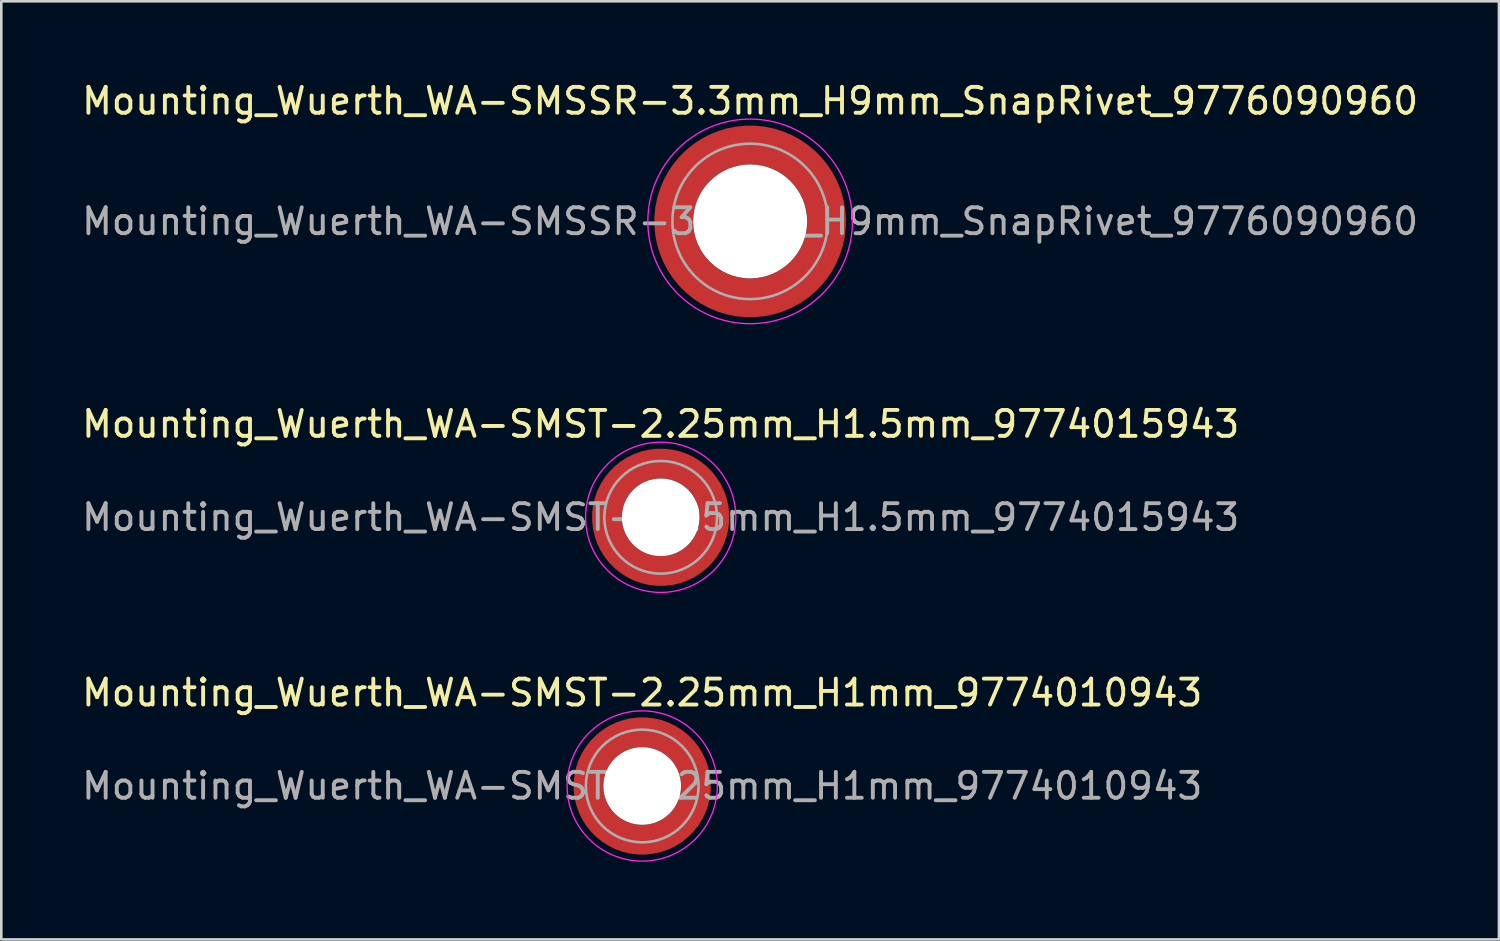
<source format=kicad_pcb>
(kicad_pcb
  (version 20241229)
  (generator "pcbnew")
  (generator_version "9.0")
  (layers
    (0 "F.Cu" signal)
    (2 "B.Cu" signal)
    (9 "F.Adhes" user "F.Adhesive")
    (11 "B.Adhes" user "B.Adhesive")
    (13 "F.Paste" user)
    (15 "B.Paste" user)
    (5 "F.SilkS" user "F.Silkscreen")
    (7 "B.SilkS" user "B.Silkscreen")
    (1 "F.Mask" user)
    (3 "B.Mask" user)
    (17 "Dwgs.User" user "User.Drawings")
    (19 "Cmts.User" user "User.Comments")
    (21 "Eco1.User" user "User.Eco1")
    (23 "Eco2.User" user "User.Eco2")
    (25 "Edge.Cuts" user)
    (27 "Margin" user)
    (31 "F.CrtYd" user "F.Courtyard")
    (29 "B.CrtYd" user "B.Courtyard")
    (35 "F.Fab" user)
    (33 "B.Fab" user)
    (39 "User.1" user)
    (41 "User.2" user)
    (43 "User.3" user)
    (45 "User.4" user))
  (footprint "Mounting_Wuerth_WA-SMSSR-3.3mm_H9mm_SnapRivet_9776090960"
    (layer "F.Cu")
    (at 25.911 5.498)
    (property "Reference" "Mounting_Wuerth_WA-SMSSR-3.3mm_H9mm_SnapRivet_9776090960" (at 0 -4.65 0) (layer "F.SilkS") (effects (font (size 1 1) (thickness 0.15))))
    (attr smd allow_soldermask_bridges)
    (fp_circle (center 0 0) (end 3.95 0) (stroke (width 0.05) (type solid)) (fill no) (layer "F.CrtYd"))
    (fp_circle (center 0 0) (end 3 0) (stroke (width 0.1) (type solid)) (fill no) (layer "F.Fab"))
    (fp_text user "${REFERENCE}" (at 0 0 0) (layer "F.Fab") (effects (font (size 1 1) (thickness 0.15))))
    (pad "" smd custom (at -2.077 -2.077) (size 0.698 0.698) (layers "F.Paste") (options (anchor circle)) (primitives (gr_arc (start -0.208831 1.577126) (mid 0.422496 0.422496) (end 1.577126 -0.208831) (width 0.2)) (gr_arc (start -0.310669 1.577126) (mid 0.35208 0.35208) (end 1.577126 -0.310669) (width 0.2)) (gr_arc (start -0.412325 1.577126) (mid 0.281664 0.281664) (end 1.577126 -0.412325) (width 0.2)) (gr_arc (start -0.51382 1.577126) (mid 0.211248 0.211248) (end 1.577126 -0.51382) (width 0.2)) (gr_arc (start -0.615172 1.577126) (mid 0.140832 0.140832) (end 1.577126 -0.615172) (width 0.2)) (gr_arc (start -0.716397 1.577126) (mid 0.070416 0.070416) (end 1.577126 -0.716397) (width 0.2)) (gr_arc (start -0.817508 1.577126) (mid 0 0) (end 1.577126 -0.817508) (width 0.2)) (gr_arc (start -0.918517 1.577126) (mid -0.070416 -0.070416) (end 1.577126 -0.918517) (width 0.2)) (gr_arc (start -1.019433 1.577126) (mid -0.140832 -0.140832) (end 1.577126 -1.019433) (width 0.2)) (gr_arc (start -1.120266 1.577126) (mid -0.211248 -0.211248) (end 1.577126 -1.120266) (width 0.2)) (gr_arc (start -1.221022 1.577126) (mid -0.281664 -0.281664) (end 1.577126 -1.221022) (width 0.2)) (gr_arc (start -1.32171 1.577126) (mid -0.35208 -0.35208) (end 1.577126 -1.32171) (width 0.2)) (gr_arc (start -1.422335 1.577126) (mid -0.422496 -0.422496) (end 1.577126 -1.422335) (width 0.2)) (gr_line (start 1.577 -0.209) (end 1.577 -1.422) (width 0.2)) (gr_line (start -0.209 1.577) (end -1.422 1.577) (width 0.2))))
    (pad "" smd custom (at -2.077 2.077) (size 0.698 0.698) (layers "F.Paste") (options (anchor circle)) (primitives (gr_arc (start 1.577126 0.208831) (mid 0.422496 -0.422496) (end -0.208831 -1.577126) (width 0.2)) (gr_arc (start 1.577126 0.310669) (mid 0.35208 -0.35208) (end -0.310669 -1.577126) (width 0.2)) (gr_arc (start 1.577126 0.412325) (mid 0.281664 -0.281664) (end -0.412325 -1.577126) (width 0.2)) (gr_arc (start 1.577126 0.51382) (mid 0.211248 -0.211248) (end -0.51382 -1.577126) (width 0.2)) (gr_arc (start 1.577126 0.615172) (mid 0.140832 -0.140832) (end -0.615172 -1.577126) (width 0.2)) (gr_arc (start 1.577126 0.716397) (mid 0.070416 -0.070416) (end -0.716397 -1.577126) (width 0.2)) (gr_arc (start 1.577126 0.817508) (mid 0 0) (end -0.817508 -1.577126) (width 0.2)) (gr_arc (start 1.577126 0.918517) (mid -0.070416 0.070416) (end -0.918517 -1.577126) (width 0.2)) (gr_arc (start 1.577126 1.019433) (mid -0.140832 0.140832) (end -1.019433 -1.577126) (width 0.2)) (gr_arc (start 1.577126 1.120266) (mid -0.211248 0.211248) (end -1.120266 -1.577126) (width 0.2)) (gr_arc (start 1.577126 1.221022) (mid -0.281664 0.281664) (end -1.221022 -1.577126) (width 0.2)) (gr_arc (start 1.577126 1.32171) (mid -0.35208 0.35208) (end -1.32171 -1.577126) (width 0.2)) (gr_arc (start 1.577126 1.422335) (mid -0.422496 0.422496) (end -1.422335 -1.577126) (width 0.2)) (gr_line (start -0.209 -1.577) (end -1.422 -1.577) (width 0.2)) (gr_line (start 1.577 0.209) (end 1.577 1.422) (width 0.2))))
    (pad "" np_thru_hole circle (at 0 0) (size 4.4 4.4) (drill 4.4) (layers "*.Cu" "*.Mask"))
    (pad "" smd custom (at 2.077 -2.077) (size 0.698 0.698) (layers "F.Paste") (options (anchor circle)) (primitives (gr_arc (start -1.577126 -0.208831) (mid -0.422496 0.422496) (end 0.208831 1.577126) (width 0.2)) (gr_arc (start -1.577126 -0.310669) (mid -0.35208 0.35208) (end 0.310669 1.577126) (width 0.2)) (gr_arc (start -1.577126 -0.412325) (mid -0.281664 0.281664) (end 0.412325 1.577126) (width 0.2)) (gr_arc (start -1.577126 -0.51382) (mid -0.211248 0.211248) (end 0.51382 1.577126) (width 0.2)) (gr_arc (start -1.577126 -0.615172) (mid -0.140832 0.140832) (end 0.615172 1.577126) (width 0.2)) (gr_arc (start -1.577126 -0.716397) (mid -0.070416 0.070416) (end 0.716397 1.577126) (width 0.2)) (gr_arc (start -1.577126 -0.817508) (mid 0 0) (end 0.817508 1.577126) (width 0.2)) (gr_arc (start -1.577126 -0.918517) (mid 0.070416 -0.070416) (end 0.918517 1.577126) (width 0.2)) (gr_arc (start -1.577126 -1.019433) (mid 0.140832 -0.140832) (end 1.019433 1.577126) (width 0.2)) (gr_arc (start -1.577126 -1.120266) (mid 0.211248 -0.211248) (end 1.120266 1.577126) (width 0.2)) (gr_arc (start -1.577126 -1.221022) (mid 0.281664 -0.281664) (end 1.221022 1.577126) (width 0.2)) (gr_arc (start -1.577126 -1.32171) (mid 0.35208 -0.35208) (end 1.32171 1.577126) (width 0.2)) (gr_arc (start -1.577126 -1.422335) (mid 0.422496 -0.422496) (end 1.422335 1.577126) (width 0.2)) (gr_line (start 0.209 1.577) (end 1.422 1.577) (width 0.2)) (gr_line (start -1.577 -0.209) (end -1.577 -1.422) (width 0.2))))
    (pad "" smd custom (at 2.077 2.077) (size 0.698 0.698) (layers "F.Paste") (options (anchor circle)) (primitives (gr_arc (start 0.208831 -1.577126) (mid -0.422496 -0.422496) (end -1.577126 0.208831) (width 0.2)) (gr_arc (start 0.310669 -1.577126) (mid -0.35208 -0.35208) (end -1.577126 0.310669) (width 0.2)) (gr_arc (start 0.412325 -1.577126) (mid -0.281664 -0.281664) (end -1.577126 0.412325) (width 0.2)) (gr_arc (start 0.51382 -1.577126) (mid -0.211248 -0.211248) (end -1.577126 0.51382) (width 0.2)) (gr_arc (start 0.615172 -1.577126) (mid -0.140832 -0.140832) (end -1.577126 0.615172) (width 0.2)) (gr_arc (start 0.716397 -1.577126) (mid -0.070416 -0.070416) (end -1.577126 0.716397) (width 0.2)) (gr_arc (start 0.817508 -1.577126) (mid 0 0) (end -1.577126 0.817508) (width 0.2)) (gr_arc (start 0.918517 -1.577126) (mid 0.070416 0.070416) (end -1.577126 0.918517) (width 0.2)) (gr_arc (start 1.019433 -1.577126) (mid 0.140832 0.140832) (end -1.577126 1.019433) (width 0.2)) (gr_arc (start 1.120266 -1.577126) (mid 0.211248 0.211248) (end -1.577126 1.120266) (width 0.2)) (gr_arc (start 1.221022 -1.577126) (mid 0.281664 0.281664) (end -1.577126 1.221022) (width 0.2)) (gr_arc (start 1.32171 -1.577126) (mid 0.35208 0.35208) (end -1.577126 1.32171) (width 0.2)) (gr_arc (start 1.422335 -1.577126) (mid 0.422496 0.422496) (end -1.577126 1.422335) (width 0.2)) (gr_line (start -1.577 0.209) (end -1.577 1.422) (width 0.2)) (gr_line (start 0.209 -1.577) (end 1.422 -1.577) (width 0.2))))
    (pad "1" smd circle (at -2.95 0) (size 0.992 0.992) (layers "F.Cu"))
    (pad "1" smd circle (at 0 -2.95) (size 0.992 0.992) (layers "F.Cu"))
    (pad "1" smd circle (at 0 2.95) (size 0.992 0.992) (layers "F.Cu"))
    (pad "1" smd custom (at 2.95 0) (size 1.5 1.5) (layers "F.Cu" "F.Mask") (options (anchor circle)) (primitives (gr_circle (center -2.95 0) (end 0 0) (width 1.5) (fill no)))))
  (footprint "Mounting_Wuerth_WA-SMST-2.25mm_H1mm_9774010943"
    (layer "F.Cu")
    (at 21.744 27.295)
    (property "Reference" "Mounting_Wuerth_WA-SMST-2.25mm_H1mm_9774010943" (at 0 -3.6 0) (layer "F.SilkS") (effects (font (size 1 1) (thickness 0.15))))
    (attr smd allow_soldermask_bridges)
    (fp_circle (center 0 0) (end 2.9 0) (stroke (width 0.05) (type solid)) (fill no) (layer "F.CrtYd"))
    (fp_circle (center 0 0) (end 2.175 0) (stroke (width 0.1) (type solid)) (fill no) (layer "F.Fab"))
    (fp_text user "${REFERENCE}" (at 0 0 0) (layer "F.Fab") (effects (font (size 1 1) (thickness 0.15))))
    (pad "" smd custom (at -1.453 -1.453) (size 0.505 0.505) (layers "F.Paste") (options (anchor circle)) (primitives (gr_arc (start -0.147677 1.053104) (mid 0.286378 0.286378) (end 1.053104 -0.147677) (width 0.2)) (gr_arc (start -0.240295 1.053104) (mid 0.222739 0.222739) (end 1.053104 -0.240295) (width 0.2)) (gr_arc (start -0.332645 1.053104) (mid 0.159099 0.159099) (end 1.053104 -0.332645) (width 0.2)) (gr_arc (start -0.424767 1.053104) (mid 0.095459 0.095459) (end 1.053104 -0.424767) (width 0.2)) (gr_arc (start -0.516693 1.053104) (mid 0.03182 0.03182) (end 1.053104 -0.516693) (width 0.2)) (gr_arc (start -0.608448 1.053104) (mid -0.03182 -0.03182) (end 1.053104 -0.608448) (width 0.2)) (gr_arc (start -0.700056 1.053104) (mid -0.095459 -0.095459) (end 1.053104 -0.700056) (width 0.2)) (gr_arc (start -0.791534 1.053104) (mid -0.159099 -0.159099) (end 1.053104 -0.791534) (width 0.2)) (gr_arc (start -0.882896 1.053104) (mid -0.222739 -0.222739) (end 1.053104 -0.882896) (width 0.2)) (gr_arc (start -0.974157 1.053104) (mid -0.286378 -0.286378) (end 1.053104 -0.974157) (width 0.2)) (gr_line (start 1.053 -0.148) (end 1.053 -0.974) (width 0.2)) (gr_line (start -0.148 1.053) (end -0.974 1.053) (width 0.2))))
    (pad "" smd custom (at -1.453 1.453) (size 0.505 0.505) (layers "F.Paste") (options (anchor circle)) (primitives (gr_arc (start 1.053104 0.147677) (mid 0.286378 -0.286378) (end -0.147677 -1.053104) (width 0.2)) (gr_arc (start 1.053104 0.240295) (mid 0.222739 -0.222739) (end -0.240295 -1.053104) (width 0.2)) (gr_arc (start 1.053104 0.332645) (mid 0.159099 -0.159099) (end -0.332645 -1.053104) (width 0.2)) (gr_arc (start 1.053104 0.424767) (mid 0.095459 -0.095459) (end -0.424767 -1.053104) (width 0.2)) (gr_arc (start 1.053104 0.516693) (mid 0.03182 -0.03182) (end -0.516693 -1.053104) (width 0.2)) (gr_arc (start 1.053104 0.608448) (mid -0.03182 0.03182) (end -0.608448 -1.053104) (width 0.2)) (gr_arc (start 1.053104 0.700056) (mid -0.095459 0.095459) (end -0.700056 -1.053104) (width 0.2)) (gr_arc (start 1.053104 0.791534) (mid -0.159099 0.159099) (end -0.791534 -1.053104) (width 0.2)) (gr_arc (start 1.053104 0.882896) (mid -0.222739 0.222739) (end -0.882896 -1.053104) (width 0.2)) (gr_arc (start 1.053104 0.974157) (mid -0.286378 0.286378) (end -0.974157 -1.053104) (width 0.2)) (gr_line (start -0.148 -1.053) (end -0.974 -1.053) (width 0.2)) (gr_line (start 1.053 0.148) (end 1.053 0.974) (width 0.2))))
    (pad "" np_thru_hole circle (at 0 0) (size 3 3) (drill 3) (layers "*.Cu" "*.Mask"))
    (pad "" smd custom (at 1.453 -1.453) (size 0.505 0.505) (layers "F.Paste") (options (anchor circle)) (primitives (gr_arc (start -1.053104 -0.147677) (mid -0.286378 0.286378) (end 0.147677 1.053104) (width 0.2)) (gr_arc (start -1.053104 -0.240295) (mid -0.222739 0.222739) (end 0.240295 1.053104) (width 0.2)) (gr_arc (start -1.053104 -0.332645) (mid -0.159099 0.159099) (end 0.332645 1.053104) (width 0.2)) (gr_arc (start -1.053104 -0.424767) (mid -0.095459 0.095459) (end 0.424767 1.053104) (width 0.2)) (gr_arc (start -1.053104 -0.516693) (mid -0.03182 0.03182) (end 0.516693 1.053104) (width 0.2)) (gr_arc (start -1.053104 -0.608448) (mid 0.03182 -0.03182) (end 0.608448 1.053104) (width 0.2)) (gr_arc (start -1.053104 -0.700056) (mid 0.095459 -0.095459) (end 0.700056 1.053104) (width 0.2)) (gr_arc (start -1.053104 -0.791534) (mid 0.159099 -0.159099) (end 0.791534 1.053104) (width 0.2)) (gr_arc (start -1.053104 -0.882896) (mid 0.222739 -0.222739) (end 0.882896 1.053104) (width 0.2)) (gr_arc (start -1.053104 -0.974157) (mid 0.286378 -0.286378) (end 0.974157 1.053104) (width 0.2)) (gr_line (start 0.148 1.053) (end 0.974 1.053) (width 0.2)) (gr_line (start -1.053 -0.148) (end -1.053 -0.974) (width 0.2))))
    (pad "" smd custom (at 1.453 1.453) (size 0.505 0.505) (layers "F.Paste") (options (anchor circle)) (primitives (gr_arc (start 0.147677 -1.053104) (mid -0.286378 -0.286378) (end -1.053104 0.147677) (width 0.2)) (gr_arc (start 0.240295 -1.053104) (mid -0.222739 -0.222739) (end -1.053104 0.240295) (width 0.2)) (gr_arc (start 0.332645 -1.053104) (mid -0.159099 -0.159099) (end -1.053104 0.332645) (width 0.2)) (gr_arc (start 0.424767 -1.053104) (mid -0.095459 -0.095459) (end -1.053104 0.424767) (width 0.2)) (gr_arc (start 0.516693 -1.053104) (mid -0.03182 -0.03182) (end -1.053104 0.516693) (width 0.2)) (gr_arc (start 0.608448 -1.053104) (mid 0.03182 0.03182) (end -1.053104 0.608448) (width 0.2)) (gr_arc (start 0.700056 -1.053104) (mid 0.095459 0.095459) (end -1.053104 0.700056) (width 0.2)) (gr_arc (start 0.791534 -1.053104) (mid 0.159099 0.159099) (end -1.053104 0.791534) (width 0.2)) (gr_arc (start 0.882896 -1.053104) (mid 0.222739 0.222739) (end -1.053104 0.882896) (width 0.2)) (gr_arc (start 0.974157 -1.053104) (mid 0.286378 0.286378) (end -1.053104 0.974157) (width 0.2)) (gr_line (start -1.053 0.148) (end -1.053 0.974) (width 0.2)) (gr_line (start 0.148 -1.053) (end 0.974 -1.053) (width 0.2))))
    (pad "1" smd circle (at -2.075 0) (size 0.642 0.642) (layers "F.Cu"))
    (pad "1" smd circle (at 0 -2.075) (size 0.642 0.642) (layers "F.Cu"))
    (pad "1" smd circle (at 0 2.075) (size 0.642 0.642) (layers "F.Cu"))
    (pad "1" smd custom (at 2.075 0) (size 1.15 1.15) (layers "F.Cu" "F.Mask") (options (anchor circle)) (primitives (gr_circle (center -2.075 0) (end 0 0) (width 1.15) (fill no)))))
  (footprint "Mounting_Wuerth_WA-SMST-2.25mm_H1.5mm_9774015943"
    (layer "F.Cu")
    (at 22.458 16.922)
    (property "Reference" "Mounting_Wuerth_WA-SMST-2.25mm_H1.5mm_9774015943" (at 0 -3.6 0) (layer "F.SilkS") (effects (font (size 1 1) (thickness 0.15))))
    (attr smd allow_soldermask_bridges)
    (fp_circle (center 0 0) (end 2.9 0) (stroke (width 0.05) (type solid)) (fill no) (layer "F.CrtYd"))
    (fp_circle (center 0 0) (end 2.175 0) (stroke (width 0.1) (type solid)) (fill no) (layer "F.Fab"))
    (fp_text user "${REFERENCE}" (at 0 0 0) (layer "F.Fab") (effects (font (size 1 1) (thickness 0.15))))
    (pad "" smd custom (at -1.453 -1.453) (size 0.505 0.505) (layers "F.Paste") (options (anchor circle)) (primitives (gr_arc (start -0.147677 1.053104) (mid 0.286378 0.286378) (end 1.053104 -0.147677) (width 0.2)) (gr_arc (start -0.240295 1.053104) (mid 0.222739 0.222739) (end 1.053104 -0.240295) (width 0.2)) (gr_arc (start -0.332645 1.053104) (mid 0.159099 0.159099) (end 1.053104 -0.332645) (width 0.2)) (gr_arc (start -0.424767 1.053104) (mid 0.095459 0.095459) (end 1.053104 -0.424767) (width 0.2)) (gr_arc (start -0.516693 1.053104) (mid 0.03182 0.03182) (end 1.053104 -0.516693) (width 0.2)) (gr_arc (start -0.608448 1.053104) (mid -0.03182 -0.03182) (end 1.053104 -0.608448) (width 0.2)) (gr_arc (start -0.700056 1.053104) (mid -0.095459 -0.095459) (end 1.053104 -0.700056) (width 0.2)) (gr_arc (start -0.791534 1.053104) (mid -0.159099 -0.159099) (end 1.053104 -0.791534) (width 0.2)) (gr_arc (start -0.882896 1.053104) (mid -0.222739 -0.222739) (end 1.053104 -0.882896) (width 0.2)) (gr_arc (start -0.974157 1.053104) (mid -0.286378 -0.286378) (end 1.053104 -0.974157) (width 0.2)) (gr_line (start 1.053 -0.148) (end 1.053 -0.974) (width 0.2)) (gr_line (start -0.148 1.053) (end -0.974 1.053) (width 0.2))))
    (pad "" smd custom (at -1.453 1.453) (size 0.505 0.505) (layers "F.Paste") (options (anchor circle)) (primitives (gr_arc (start 1.053104 0.147677) (mid 0.286378 -0.286378) (end -0.147677 -1.053104) (width 0.2)) (gr_arc (start 1.053104 0.240295) (mid 0.222739 -0.222739) (end -0.240295 -1.053104) (width 0.2)) (gr_arc (start 1.053104 0.332645) (mid 0.159099 -0.159099) (end -0.332645 -1.053104) (width 0.2)) (gr_arc (start 1.053104 0.424767) (mid 0.095459 -0.095459) (end -0.424767 -1.053104) (width 0.2)) (gr_arc (start 1.053104 0.516693) (mid 0.03182 -0.03182) (end -0.516693 -1.053104) (width 0.2)) (gr_arc (start 1.053104 0.608448) (mid -0.03182 0.03182) (end -0.608448 -1.053104) (width 0.2)) (gr_arc (start 1.053104 0.700056) (mid -0.095459 0.095459) (end -0.700056 -1.053104) (width 0.2)) (gr_arc (start 1.053104 0.791534) (mid -0.159099 0.159099) (end -0.791534 -1.053104) (width 0.2)) (gr_arc (start 1.053104 0.882896) (mid -0.222739 0.222739) (end -0.882896 -1.053104) (width 0.2)) (gr_arc (start 1.053104 0.974157) (mid -0.286378 0.286378) (end -0.974157 -1.053104) (width 0.2)) (gr_line (start -0.148 -1.053) (end -0.974 -1.053) (width 0.2)) (gr_line (start 1.053 0.148) (end 1.053 0.974) (width 0.2))))
    (pad "" np_thru_hole circle (at 0 0) (size 3 3) (drill 3) (layers "*.Cu" "*.Mask"))
    (pad "" smd custom (at 1.453 -1.453) (size 0.505 0.505) (layers "F.Paste") (options (anchor circle)) (primitives (gr_arc (start -1.053104 -0.147677) (mid -0.286378 0.286378) (end 0.147677 1.053104) (width 0.2)) (gr_arc (start -1.053104 -0.240295) (mid -0.222739 0.222739) (end 0.240295 1.053104) (width 0.2)) (gr_arc (start -1.053104 -0.332645) (mid -0.159099 0.159099) (end 0.332645 1.053104) (width 0.2)) (gr_arc (start -1.053104 -0.424767) (mid -0.095459 0.095459) (end 0.424767 1.053104) (width 0.2)) (gr_arc (start -1.053104 -0.516693) (mid -0.03182 0.03182) (end 0.516693 1.053104) (width 0.2)) (gr_arc (start -1.053104 -0.608448) (mid 0.03182 -0.03182) (end 0.608448 1.053104) (width 0.2)) (gr_arc (start -1.053104 -0.700056) (mid 0.095459 -0.095459) (end 0.700056 1.053104) (width 0.2)) (gr_arc (start -1.053104 -0.791534) (mid 0.159099 -0.159099) (end 0.791534 1.053104) (width 0.2)) (gr_arc (start -1.053104 -0.882896) (mid 0.222739 -0.222739) (end 0.882896 1.053104) (width 0.2)) (gr_arc (start -1.053104 -0.974157) (mid 0.286378 -0.286378) (end 0.974157 1.053104) (width 0.2)) (gr_line (start 0.148 1.053) (end 0.974 1.053) (width 0.2)) (gr_line (start -1.053 -0.148) (end -1.053 -0.974) (width 0.2))))
    (pad "" smd custom (at 1.453 1.453) (size 0.505 0.505) (layers "F.Paste") (options (anchor circle)) (primitives (gr_arc (start 0.147677 -1.053104) (mid -0.286378 -0.286378) (end -1.053104 0.147677) (width 0.2)) (gr_arc (start 0.240295 -1.053104) (mid -0.222739 -0.222739) (end -1.053104 0.240295) (width 0.2)) (gr_arc (start 0.332645 -1.053104) (mid -0.159099 -0.159099) (end -1.053104 0.332645) (width 0.2)) (gr_arc (start 0.424767 -1.053104) (mid -0.095459 -0.095459) (end -1.053104 0.424767) (width 0.2)) (gr_arc (start 0.516693 -1.053104) (mid -0.03182 -0.03182) (end -1.053104 0.516693) (width 0.2)) (gr_arc (start 0.608448 -1.053104) (mid 0.03182 0.03182) (end -1.053104 0.608448) (width 0.2)) (gr_arc (start 0.700056 -1.053104) (mid 0.095459 0.095459) (end -1.053104 0.700056) (width 0.2)) (gr_arc (start 0.791534 -1.053104) (mid 0.159099 0.159099) (end -1.053104 0.791534) (width 0.2)) (gr_arc (start 0.882896 -1.053104) (mid 0.222739 0.222739) (end -1.053104 0.882896) (width 0.2)) (gr_arc (start 0.974157 -1.053104) (mid 0.286378 0.286378) (end -1.053104 0.974157) (width 0.2)) (gr_line (start -1.053 0.148) (end -1.053 0.974) (width 0.2)) (gr_line (start 0.148 -1.053) (end 0.974 -1.053) (width 0.2))))
    (pad "1" smd circle (at -2.075 0) (size 0.642 0.642) (layers "F.Cu"))
    (pad "1" smd circle (at 0 -2.075) (size 0.642 0.642) (layers "F.Cu"))
    (pad "1" smd circle (at 0 2.075) (size 0.642 0.642) (layers "F.Cu"))
    (pad "1" smd custom (at 2.075 0) (size 1.15 1.15) (layers "F.Cu" "F.Mask") (options (anchor circle)) (primitives (gr_circle (center -2.075 0) (end 0 0) (width 1.15) (fill no)))))
  (gr_rect
    (start -3 -3)
    (end 54.821 33.22)
    (stroke (width 0.1) (type default))
    (fill no)
    (layer "Edge.Cuts")))
</source>
